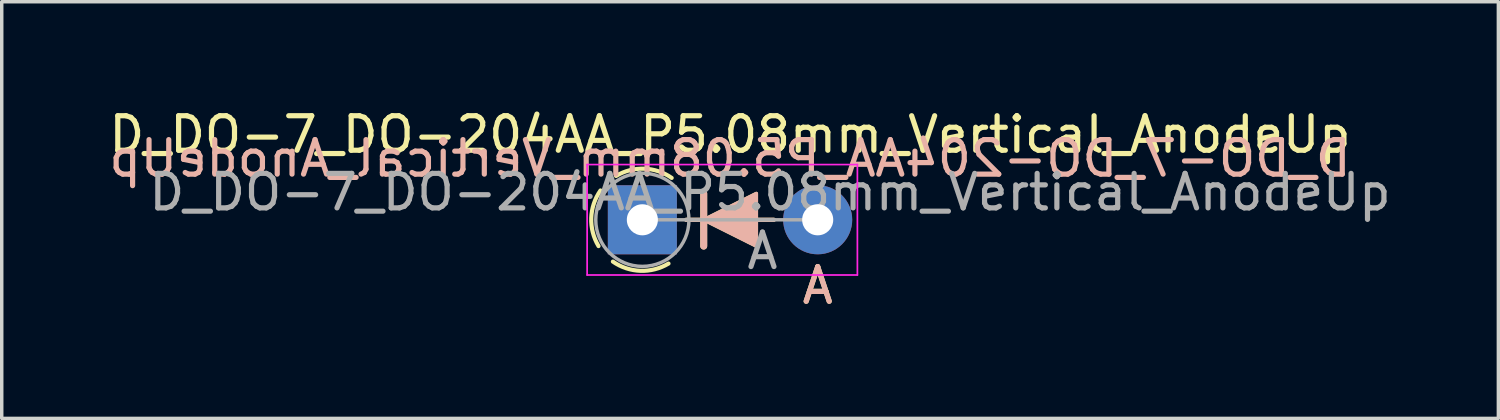
<source format=kicad_pcb>
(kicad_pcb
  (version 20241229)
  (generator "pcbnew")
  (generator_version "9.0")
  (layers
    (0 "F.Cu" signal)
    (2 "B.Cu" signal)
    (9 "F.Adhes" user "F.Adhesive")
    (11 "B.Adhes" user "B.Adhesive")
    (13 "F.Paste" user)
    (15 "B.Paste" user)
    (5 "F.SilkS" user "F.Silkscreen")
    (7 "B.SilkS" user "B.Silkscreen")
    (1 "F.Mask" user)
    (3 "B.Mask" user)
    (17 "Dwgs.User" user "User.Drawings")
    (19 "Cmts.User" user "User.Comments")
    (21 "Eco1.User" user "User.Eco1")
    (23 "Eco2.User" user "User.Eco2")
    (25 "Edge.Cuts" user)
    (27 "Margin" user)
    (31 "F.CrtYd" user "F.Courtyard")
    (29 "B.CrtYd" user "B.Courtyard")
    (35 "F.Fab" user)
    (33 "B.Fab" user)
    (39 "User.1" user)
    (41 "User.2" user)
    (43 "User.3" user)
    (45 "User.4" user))
  (footprint "D_DO-7_DO-204AA_P5.08mm_Vertical_AnodeUp"
    (layer "F.Cu")
    (at 15.561 3.318)
    (property "Reference" "D_DO-7_DO-204AA_P5.08mm_Vertical_AnodeUp" (at 2.54 -2.47 0) (layer "F.SilkS") (effects (font (size 1 1) (thickness 0.15))))
    (attr through_hole)
    (fp_line (start 1.27 0) (end 3.81 0) (stroke (width 0.12) (type solid)) (layer "F.SilkS"))
    (fp_line (start 1.778 -0.762) (end 1.778 0.762) (stroke (width 0.2) (type solid)) (layer "F.SilkS"))
    (fp_arc (start -1.269999 0.762) (mid -1.480146 -0.052053) (end -1.213332 -0.849333) (stroke (width 0.12) (type default)) (layer "F.SilkS"))
    (fp_arc (start -0.762 -1.269999) (mid 0.052053 -1.480146) (end 0.849333 -1.213332) (stroke (width 0.12) (type default)) (layer "F.SilkS"))
    (fp_arc (start 0.757413 1.267904) (mid -0.05664 1.478051) (end -0.85392 1.211237) (stroke (width 0.12) (type default)) (layer "F.SilkS"))
    (fp_poly (pts (xy 3.302 0.762) (xy 1.778 0) (xy 3.302 -0.762)) (stroke (width 0.1) (type solid)) (fill yes) (layer "F.SilkS"))
    (fp_line (start 1.27 0) (end 3.81 0) (stroke (width 0.12) (type solid)) (layer "B.SilkS"))
    (fp_line (start 1.778 0.762) (end 1.778 -0.762) (stroke (width 0.2) (type solid)) (layer "B.SilkS"))
    (fp_poly (pts (xy 3.302 -0.762) (xy 1.778 0) (xy 3.302 0.762)) (stroke (width 0.1) (type solid)) (fill yes) (layer "B.SilkS"))
    (fp_line (start -1.6 -1.6) (end -1.6 1.6) (stroke (width 0.05) (type solid)) (layer "F.CrtYd"))
    (fp_line (start -1.6 1.6) (end 6.23 1.6) (stroke (width 0.05) (type solid)) (layer "F.CrtYd"))
    (fp_line (start 6.23 -1.6) (end -1.6 -1.6) (stroke (width 0.05) (type solid)) (layer "F.CrtYd"))
    (fp_line (start 6.23 1.6) (end 6.23 -1.6) (stroke (width 0.05) (type solid)) (layer "F.CrtYd"))
    (fp_line (start 0 0) (end 5.08 0) (stroke (width 0.1) (type solid)) (layer "F.Fab"))
    (fp_circle (center 0 0) (end 1.35 0) (stroke (width 0.1) (type solid)) (fill no) (layer "F.Fab"))
    (fp_text user "A" (at 5.08 1.905 0) (layer "F.SilkS") (effects (font (size 1 1) (thickness 0.15))))
    (fp_text user "${REFERENCE}" (at 2.54 -1.778 0) (layer "B.SilkS") (effects (font (size 1 1) (thickness 0.15)) (justify mirror)))
    (fp_text user "A" (at 5.08 1.905 0) (layer "B.SilkS") (effects (font (size 1 1) (thickness 0.15)) (justify mirror)))
    (fp_text user "A" (at 3.48 0.9 0) (layer "F.Fab") (effects (font (size 1 1) (thickness 0.15))))
    (fp_text user "${REFERENCE}" (at 3.7 -0.8 0) (layer "F.Fab") (effects (font (size 1 1) (thickness 0.15))))
    (pad "1" thru_hole rect (at 0 0) (size 2 2) (drill 0.9) (layers "*.Cu" "*.Mask"))
    (pad "2" thru_hole oval (at 5.08 0) (size 2 2) (drill 0.9) (layers "*.Cu" "*.Mask")))
  (gr_rect
    (start -3 -3)
    (end 40.362 9.072)
    (stroke (width 0.1) (type default))
    (fill no)
    (layer "Edge.Cuts")))
</source>
